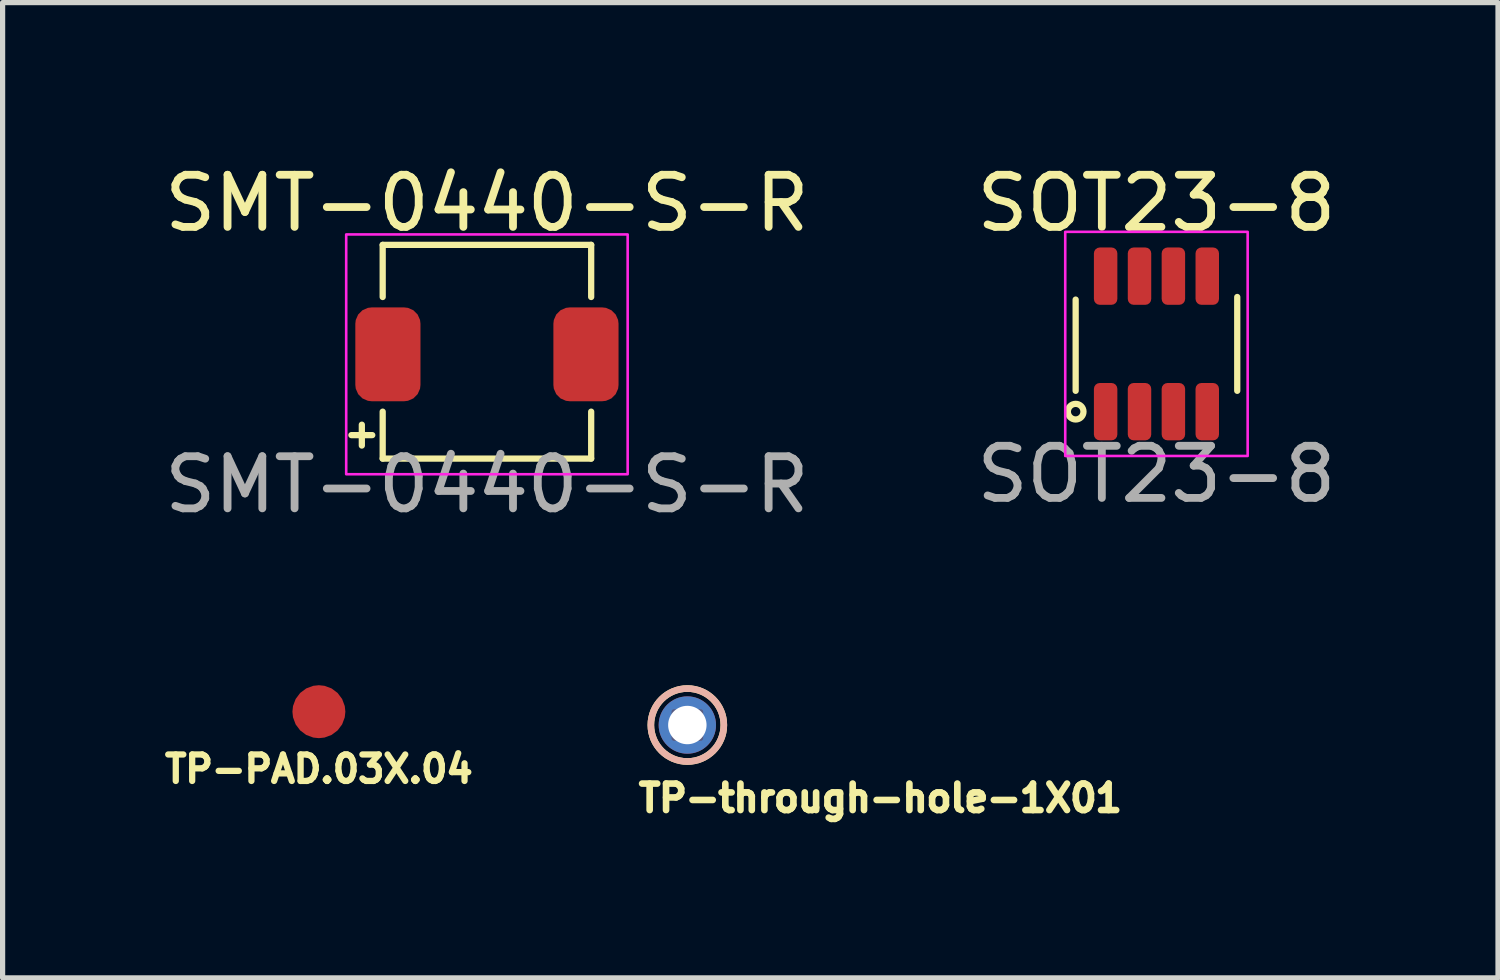
<source format=kicad_pcb>
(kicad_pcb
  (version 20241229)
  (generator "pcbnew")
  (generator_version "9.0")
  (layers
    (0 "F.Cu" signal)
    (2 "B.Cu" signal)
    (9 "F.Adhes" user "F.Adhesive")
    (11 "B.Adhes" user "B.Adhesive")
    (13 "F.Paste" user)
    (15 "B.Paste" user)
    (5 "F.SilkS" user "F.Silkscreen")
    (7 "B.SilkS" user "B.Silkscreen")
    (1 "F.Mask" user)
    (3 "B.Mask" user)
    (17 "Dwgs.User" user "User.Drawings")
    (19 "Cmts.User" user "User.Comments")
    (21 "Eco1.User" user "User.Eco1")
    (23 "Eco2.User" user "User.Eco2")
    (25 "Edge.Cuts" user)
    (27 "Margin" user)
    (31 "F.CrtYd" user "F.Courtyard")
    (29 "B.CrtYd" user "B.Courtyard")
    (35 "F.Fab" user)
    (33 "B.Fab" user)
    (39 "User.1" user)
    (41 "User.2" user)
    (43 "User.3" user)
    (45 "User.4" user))
  (footprint "TP-through-hole-1X01"
    (layer "F.Cu")
    (at 10.137 10.86)
    (property "Reference" "TP-through-hole-1X01" (at -1 1.7 0) (layer "F.SilkS") (effects (font (size 0.508 0.508) (thickness 0.127)) (justify left bottom)))
    (fp_circle (center 0 0) (end -0.7 0) (stroke (width 0.127) (type solid)) (fill no) (layer "F.SilkS"))
    (fp_circle (center 0 0) (end -0.7 0) (stroke (width 0.127) (type solid)) (fill no) (layer "B.SilkS"))
    (fp_poly (pts (xy 0.254 0.254) (xy -0.254 0.254) (xy -0.254 -0.254) (xy 0.254 -0.254)) (stroke (width 0.1) (type solid)) (fill no) (layer "B.Fab"))
    (pad "1" thru_hole circle (at 0 0) (size 1.1 1.1) (drill 0.737) (layers "*.Cu" "*.Mask")))
  (footprint "TP-PAD.03X.04"
    (layer "F.Cu")
    (at 3.068 10.604)
    (property "Reference" "TP-PAD.03X.04" (at 0 1.1 0) (layer "F.SilkS") (effects (font (size 0.508 0.508) (thickness 0.12))))
    (pad "1" smd roundrect (at 0 0) (size 1.016 1.016) (layers "F.Cu" "F.Mask") (roundrect_rratio 0.5)))
  (footprint "SOT23-8"
    (layer "F.Cu")
    (at 19.137 3.548)
    (property "Reference" "SOT23-8" (at 0 -2.7 0) (unlocked yes) (layer "F.SilkS") (effects (font (size 1 1) (thickness 0.15))))
    (attr smd)
    (fp_line (start -1.55 0.9) (end -1.55 -0.85) (stroke (width 0.12) (type solid)) (layer "F.SilkS"))
    (fp_line (start 1.55 -0.9) (end 1.55 0.9) (stroke (width 0.12) (type solid)) (layer "F.SilkS"))
    (fp_circle (center -1.55 1.3) (end -1.7 1.3) (stroke (width 0.12) (type solid)) (fill no) (layer "F.SilkS"))
    (fp_rect (start 1.75 -2.15) (end -1.75 2.15) (stroke (width 0.05) (type solid)) (fill no) (layer "F.CrtYd"))
    (fp_text user "${REFERENCE}" (at 0 2.5 0) (unlocked yes) (layer "F.Fab") (effects (font (size 1 1) (thickness 0.15))))
    (pad "1" smd roundrect (at -0.975 1.3 90) (size 1.1 0.45) (layers "F.Cu" "F.Mask" "F.Paste") (roundrect_rratio 0.25))
    (pad "2" smd roundrect (at -0.325 1.3 90) (size 1.1 0.45) (layers "F.Cu" "F.Mask" "F.Paste") (roundrect_rratio 0.25))
    (pad "3" smd roundrect (at 0.325 1.3 90) (size 1.1 0.45) (layers "F.Cu" "F.Mask" "F.Paste") (roundrect_rratio 0.25))
    (pad "4" smd roundrect (at 0.975 1.3 90) (size 1.1 0.45) (layers "F.Cu" "F.Mask" "F.Paste") (roundrect_rratio 0.25))
    (pad "5" smd roundrect (at 0.975 -1.3 90) (size 1.1 0.45) (layers "F.Cu" "F.Mask" "F.Paste") (roundrect_rratio 0.25))
    (pad "6" smd roundrect (at 0.325 -1.3 90) (size 1.1 0.45) (layers "F.Cu" "F.Mask" "F.Paste") (roundrect_rratio 0.25))
    (pad "7" smd roundrect (at -0.325 -1.3 90) (size 1.1 0.45) (layers "F.Cu" "F.Mask" "F.Paste") (roundrect_rratio 0.25))
    (pad "8" smd roundrect (at -0.975 -1.3 90) (size 1.1 0.45) (layers "F.Cu" "F.Mask" "F.Paste") (roundrect_rratio 0.25)))
  (footprint "SMT-0440-S-R"
    (layer "F.Cu")
    (at 6.292 3.748)
    (property "Reference" "SMT-0440-S-R" (at 0 -2.9 0) (unlocked yes) (layer "F.SilkS") (effects (font (size 1 1) (thickness 0.15))))
    (attr smd)
    (fp_line (start -2.6 1.55) (end -2.2 1.55) (stroke (width 0.12) (type solid)) (layer "F.SilkS"))
    (fp_line (start -2.4 1.35) (end -2.4 1.75) (stroke (width 0.12) (type solid)) (layer "F.SilkS"))
    (fp_line (start -2 -2.1) (end 2 -2.1) (stroke (width 0.12) (type solid)) (layer "F.SilkS"))
    (fp_line (start -2 -1.1) (end -2 -2.1) (stroke (width 0.12) (type solid)) (layer "F.SilkS"))
    (fp_line (start -2 2) (end -2 1.1) (stroke (width 0.12) (type solid)) (layer "F.SilkS"))
    (fp_line (start 2 -2.1) (end 2 -1.1) (stroke (width 0.12) (type solid)) (layer "F.SilkS"))
    (fp_line (start 2 1.1) (end 2 2) (stroke (width 0.12) (type solid)) (layer "F.SilkS"))
    (fp_line (start 2 2) (end -2 2) (stroke (width 0.12) (type solid)) (layer "F.SilkS"))
    (fp_rect (start 2.7 -2.3) (end -2.7 2.3) (stroke (width 0.05) (type solid)) (fill no) (layer "F.CrtYd"))
    (fp_text user "${REFERENCE}" (at 0 2.5 0) (unlocked yes) (layer "F.Fab") (effects (font (size 1 1) (thickness 0.15))))
    (pad "1" smd roundrect (at -1.9 0) (size 1.25 1.8) (layers "F.Cu" "F.Mask" "F.Paste") (roundrect_rratio 0.25))
    (pad "2" smd roundrect (at 1.9 0) (size 1.25 1.8) (layers "F.Cu" "F.Mask" "F.Paste") (roundrect_rratio 0.25)))
  (gr_rect
    (start -3 -3)
    (end 25.69 15.711)
    (stroke (width 0.1) (type default))
    (fill no)
    (layer "Edge.Cuts")))
</source>
